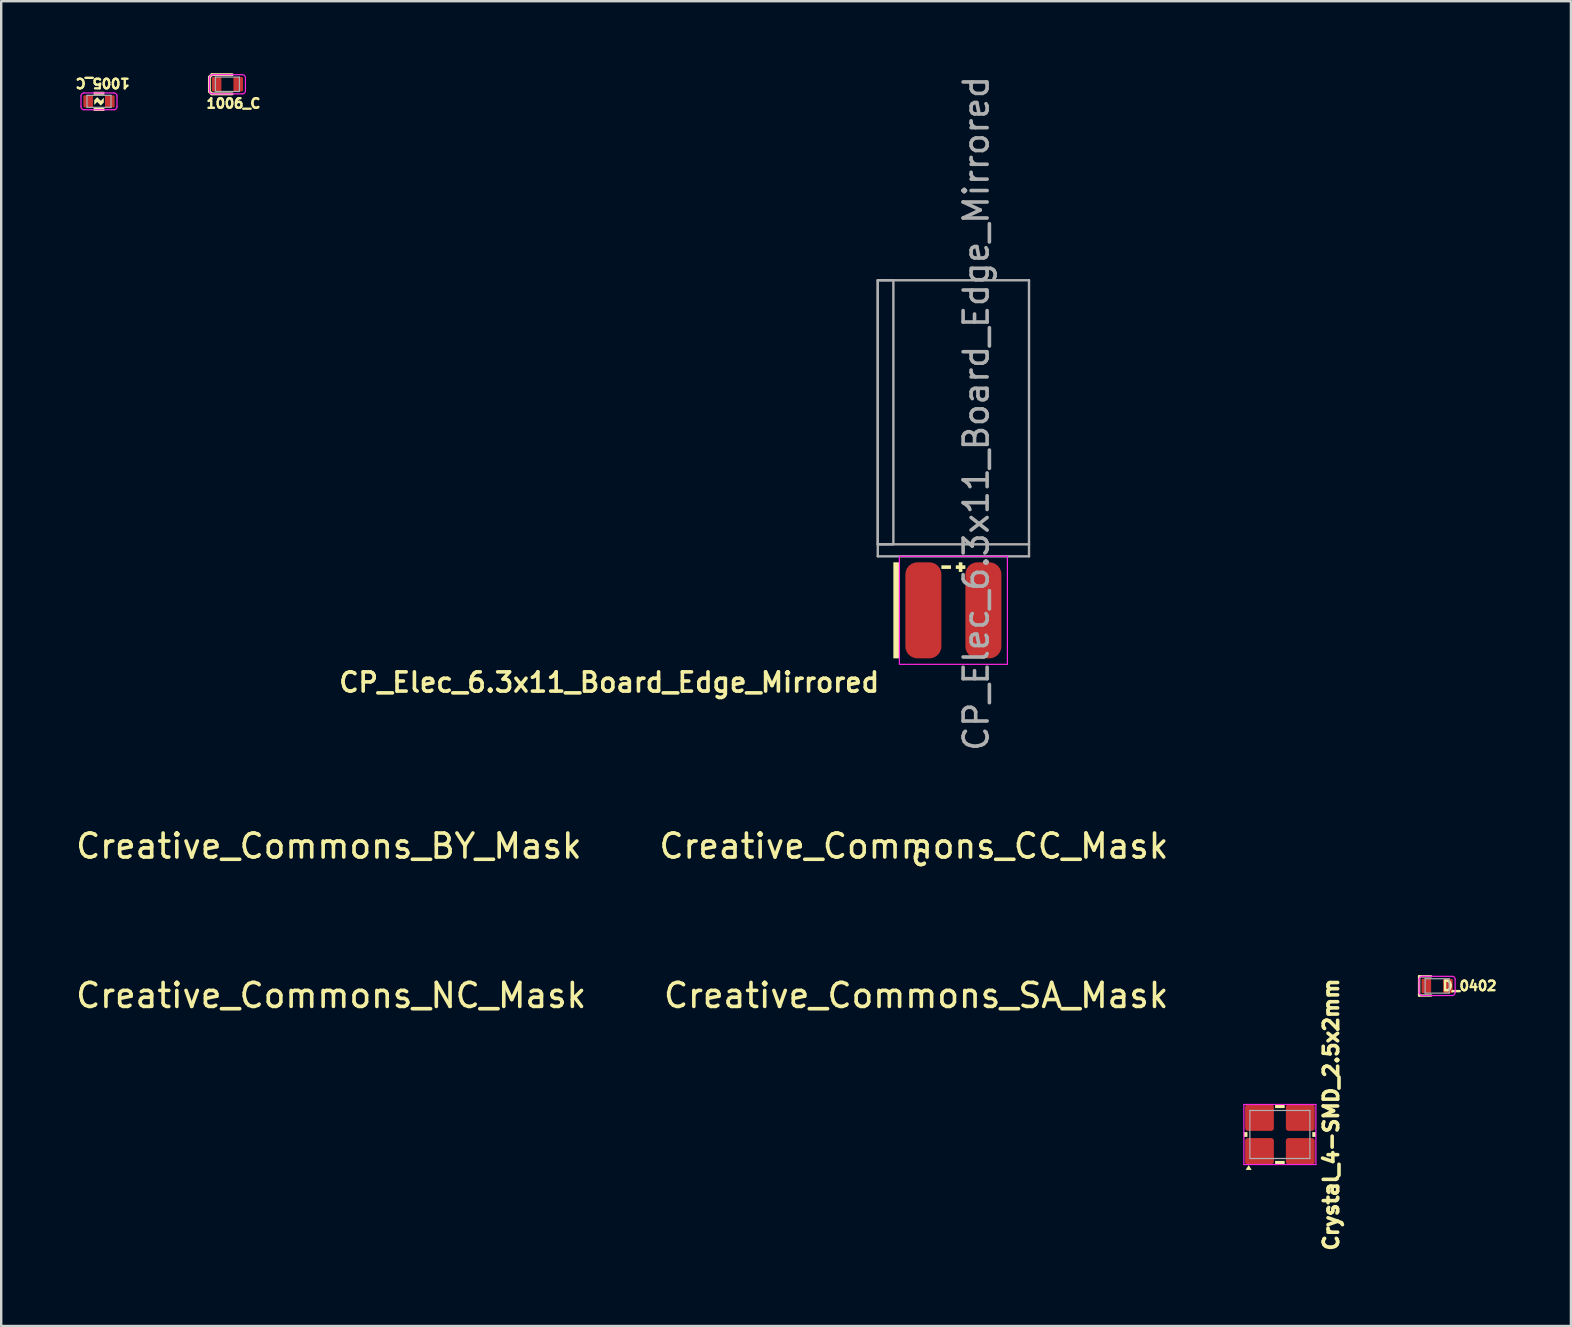
<source format=kicad_pcb>
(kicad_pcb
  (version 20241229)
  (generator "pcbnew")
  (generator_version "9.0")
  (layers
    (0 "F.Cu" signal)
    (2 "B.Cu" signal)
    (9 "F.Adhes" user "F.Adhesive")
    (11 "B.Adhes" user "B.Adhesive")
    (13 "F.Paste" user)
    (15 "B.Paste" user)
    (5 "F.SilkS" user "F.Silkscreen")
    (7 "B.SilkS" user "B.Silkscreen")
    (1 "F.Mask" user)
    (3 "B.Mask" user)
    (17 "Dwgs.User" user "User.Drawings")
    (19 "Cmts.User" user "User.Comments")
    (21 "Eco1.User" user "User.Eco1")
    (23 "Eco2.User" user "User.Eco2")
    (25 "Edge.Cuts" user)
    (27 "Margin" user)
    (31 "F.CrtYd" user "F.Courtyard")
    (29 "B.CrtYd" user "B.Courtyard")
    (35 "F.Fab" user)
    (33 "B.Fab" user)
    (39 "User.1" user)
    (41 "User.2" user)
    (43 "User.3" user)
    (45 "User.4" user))
  (footprint "Creative_Commons_SA_Mask"
    (layer "F.Cu")
    (at 35.113 39.967)
    (property "Reference" "Creative_Commons_SA_Mask" (at 0 -1.55 0) (unlocked yes) (layer "F.SilkS") (effects (font (size 1 1) (thickness 0.15))))
    (attr exclude_from_pos_files)
    (fp_line (start 0.35 -0.15) (end 0.35 0.15) (stroke (width 0.15) (type solid)) (layer "F.Mask"))
    (fp_arc (start -0.35 -0.15) (mid 0 -0.5) (end 0.35 -0.15) (stroke (width 0.15) (type solid)) (layer "F.Mask"))
    (fp_arc (start 0.35 0.15) (mid 0 0.5) (end -0.35 0.15) (stroke (width 0.15) (type solid)) (layer "F.Mask"))
    (fp_circle (center 0 0) (end 0.75 0) (stroke (width 0.15) (type solid)) (fill no) (layer "F.Mask"))
    (fp_poly (pts (xy -0.35 0.025) (xy -0.5 -0.2) (xy -0.2 -0.2)) (stroke (width 0) (type solid)) (fill yes) (layer "F.Mask"))
    (fp_poly (pts (xy -0.275 0.15) (xy -0.425 0.15) (xy -0.425 0.075) (xy -0.275 0.075)) (stroke (width 0) (type solid)) (fill yes) (layer "F.Mask")))
  (footprint "Creative_Commons_BY_Mask"
    (layer "F.Cu")
    (at 10.649 33.743)
    (property "Reference" "Creative_Commons_BY_Mask" (at 0 -1.55 0) (unlocked yes) (layer "F.SilkS") (effects (font (size 1 1) (thickness 0.15))))
    (attr exclude_from_pos_files)
    (fp_circle (center 0 -0.425) (end 0.025 -0.425) (stroke (width 0.15) (type solid)) (fill no) (layer "F.Mask"))
    (fp_circle (center 0 0) (end 0.75 0) (stroke (width 0.15) (type solid)) (fill no) (layer "F.Mask"))
    (fp_poly (pts (xy 0.2 -0.225) (xy 0.2 0.175) (xy 0.1 0.175) (xy 0.1 0.525) (xy -0.1 0.525) (xy -0.1 0.175) (xy -0.2 0.175) (xy -0.2 -0.225) (xy -0.15 -0.275) (xy 0.15 -0.275)) (stroke (width 0) (type solid)) (fill yes) (layer "F.Mask")))
  (footprint "Crystal_4-SMD_2.5x2mm"
    (layer "F.Cu")
    (at 50.263 44.207)
    (property "Reference" "Crystal_4-SMD_2.5x2mm" (at 2.136 -0.831 90) (layer "F.SilkS") (effects (font (size 0.6 0.6) (thickness 0.15))))
    (attr smd)
    (fp_poly (pts (xy -1.175 1.475) (xy -1.425 1.475) (xy -1.3 1.275)) (stroke (width 0) (type solid)) (fill yes) (layer "F.SilkS"))
    (fp_poly (pts (xy -1.35 0.1) (xy -1.5 0.1) (xy -1.5 -0.1) (xy -1.35 -0.1)) (stroke (width 0) (type solid)) (fill yes) (layer "F.SilkS"))
    (fp_poly (pts (xy 0.2 -1.1) (xy -0.2 -1.1) (xy -0.2 -1.25) (xy 0.2 -1.25)) (stroke (width 0) (type solid)) (fill yes) (layer "F.SilkS"))
    (fp_poly (pts (xy 0.2 1.25) (xy -0.2 1.25) (xy -0.2 1.1) (xy 0.2 1.1)) (stroke (width 0) (type solid)) (fill yes) (layer "F.SilkS"))
    (fp_poly (pts (xy 1.5 0.1) (xy 1.35 0.1) (xy 1.35 -0.1) (xy 1.5 -0.1)) (stroke (width 0) (type solid)) (fill yes) (layer "F.SilkS"))
    (fp_line (start -1.5 -1.25) (end -1.5 1.25) (stroke (width 0.05) (type solid)) (layer "F.CrtYd"))
    (fp_line (start -1.5 1.25) (end 1.5 1.25) (stroke (width 0.05) (type solid)) (layer "F.CrtYd"))
    (fp_line (start 1.5 -1.25) (end -1.5 -1.25) (stroke (width 0.05) (type solid)) (layer "F.CrtYd"))
    (fp_line (start 1.5 1.25) (end 1.5 -1.25) (stroke (width 0.05) (type solid)) (layer "F.CrtYd"))
    (fp_line (start -1.25 -1) (end -1.25 -1) (stroke (width 0.05) (type solid)) (layer "F.Fab"))
    (fp_line (start -1.25 -1) (end -1.25 1) (stroke (width 0.05) (type solid)) (layer "F.Fab"))
    (fp_line (start -1.25 1) (end 1.25 1) (stroke (width 0.05) (type solid)) (layer "F.Fab"))
    (fp_line (start 1.25 -1) (end -1.25 -1) (stroke (width 0.05) (type solid)) (layer "F.Fab"))
    (fp_line (start 1.25 1) (end 1.25 -1) (stroke (width 0.05) (type solid)) (layer "F.Fab"))
    (pad "" smd roundrect (at -0.85 -0.7 180) (size 1 1) (layers "F.Paste") (roundrect_rratio 0.33))
    (pad "" smd roundrect (at -0.85 0.7 180) (size 1 1) (layers "F.Paste") (roundrect_rratio 0.33))
    (pad "" smd roundrect (at 0.85 -0.7 180) (size 1 1) (layers "F.Paste") (roundrect_rratio 0.33))
    (pad "" smd roundrect (at 0.85 0.7 180) (size 1 1) (layers "F.Paste") (roundrect_rratio 0.33))
    (pad "1" smd roundrect (at -0.85 0.7 180) (size 1.2 1.1) (layers "F.Cu" "F.Mask") (roundrect_rratio 0.1))
    (pad "2" smd roundrect (at 0.85 0.7 180) (size 1.2 1.1) (layers "F.Cu" "F.Mask") (roundrect_rratio 0.1))
    (pad "3" smd roundrect (at 0.85 -0.7 180) (size 1.2 1.1) (layers "F.Cu" "F.Mask") (roundrect_rratio 0.1))
    (pad "4" smd roundrect (at -0.85 -0.7 180) (size 1.2 1.1) (layers "F.Cu" "F.Mask") (roundrect_rratio 0.1)))
  (footprint "CP_Elec_6.3x11_Board_Edge_Mirrored"
    (layer "F.Cu")
    (at 36.663 20.123)
    (property "Reference" "CP_Elec_6.3x11_Board_Edge_Mirrored" (at -3 5.25 0) (unlocked yes) (layer "F.SilkS") (effects (font (size 0.8 0.8) (thickness 0.15)) (justify right)))
    (attr smd exclude_from_pos_files exclude_from_bom)
    (fp_poly (pts (xy -2.25 4.25) (xy -2.5 4.25) (xy -2.5 0.25) (xy -2.25 0.25)) (stroke (width 0) (type solid)) (fill yes) (layer "F.SilkS"))
    (fp_poly (pts (xy -0.1 0.525) (xy -0.5 0.525) (xy -0.5 0.375) (xy -0.1 0.375)) (stroke (width 0) (type solid)) (fill yes) (layer "F.SilkS"))
    (fp_poly (pts (xy 0.375 0.375) (xy 0.5 0.375) (xy 0.5 0.525) (xy 0.375 0.525) (xy 0.375 0.65) (xy 0.225 0.65) (xy 0.225 0.525) (xy 0.1 0.525) (xy 0.1 0.375) (xy 0.225 0.375) (xy 0.225 0.25) (xy 0.375 0.25)) (stroke (width 0) (type solid)) (fill yes) (layer "F.SilkS"))
    (fp_rect (start 2.25 4.5) (end -2.25 0) (stroke (width 0.05) (type solid)) (fill no) (layer "F.CrtYd"))
    (fp_line (start -3.15 -11.5) (end 3.15 -11.5) (stroke (width 0.1) (type solid)) (layer "F.Fab"))
    (fp_line (start -3.15 0) (end -3.15 -11.5) (stroke (width 0.1) (type solid)) (layer "F.Fab"))
    (fp_line (start 3.15 -11.5) (end 3.15 0) (stroke (width 0.1) (type solid)) (layer "F.Fab"))
    (fp_line (start 3.15 -0.5) (end -3.15 -0.5) (stroke (width 0.1) (type solid)) (layer "F.Fab"))
    (fp_line (start 3.15 0) (end -3.15 0) (stroke (width 0.1) (type solid)) (layer "F.Fab"))
    (fp_poly (pts (xy -2.5 -0.5) (xy -3.15 -0.5) (xy -3.15 -11.5) (xy -2.5 -11.5)) (stroke (width 0.1) (type solid)) (fill no) (layer "F.Fab"))
    (fp_text user "${REFERENCE}" (at 0.95 -5.95 90) (unlocked yes) (layer "F.Fab") (effects (font (size 1 1) (thickness 0.15))))
    (pad "1" connect roundrect (at 1.25 2.25 180) (size 1.5 4) (layers "F.Cu" "F.Mask") (roundrect_rratio 0.333))
    (pad "2" connect roundrect (at -1.25 2.25 180) (size 1.5 4) (layers "F.Cu" "F.Mask") (roundrect_rratio 0.333)))
  (footprint "Creative_Commons_CC_Mask"
    (layer "F.Cu")
    (at 35.018 32.693)
    (property "Reference" "Creative_Commons_CC_Mask" (at 0 -0.5 0) (unlocked yes) (layer "F.SilkS") (effects (font (size 1 1) (thickness 0.15))))
    (attr exclude_from_pos_files)
    (fp_circle (center 0 0) (end 0.75 0) (stroke (width 0.15) (type solid)) (fill no) (layer "F.Mask"))
    (fp_text user "C" (at 0.25 0 180) (unlocked yes) (layer "F.Mask") (effects (font (size 0.6 0.6) (thickness 0.15))))
    (fp_text user "C" (at 0.25 0 0) (unlocked yes) (layer "F.SilkS") (effects (font (size 0.6 0.6) (thickness 0.15)))))
  (footprint "Creative_Commons_NC_Mask"
    (layer "F.Cu")
    (at 10.744 39.967)
    (property "Reference" "Creative_Commons_NC_Mask" (at 0 -1.55 0) (unlocked yes) (layer "F.SilkS") (effects (font (size 1 1) (thickness 0.15))))
    (attr exclude_from_pos_files)
    (fp_line (start -0.225 0.375) (end -0.075 0.425) (stroke (width 0.15) (type solid)) (layer "F.Mask"))
    (fp_line (start 0 0) (end -0.675 -0.3) (stroke (width 0.15) (type solid)) (layer "F.Mask"))
    (fp_line (start 0 0.5) (end 0 -0.5) (stroke (width 0.15) (type solid)) (layer "F.Mask"))
    (fp_line (start 0.225 -0.375) (end 0.075 -0.425) (stroke (width 0.15) (type solid)) (layer "F.Mask"))
    (fp_line (start 0.675 0.3) (end 0 0) (stroke (width 0.15) (type solid)) (layer "F.Mask"))
    (fp_arc (start -0.1 -0.05) (mid -0.195516 -0.323006) (end 0.075164 -0.424928) (stroke (width 0.15) (type solid)) (layer "F.Mask"))
    (fp_arc (start 0.1 0.05) (mid 0.195516 0.323006) (end -0.075164 0.424928) (stroke (width 0.15) (type solid)) (layer "F.Mask"))
    (fp_circle (center 0 0) (end 0.75 0) (stroke (width 0.15) (type solid)) (fill no) (layer "F.Mask")))
  (footprint "D_0402"
    (layer "F.Cu")
    (at 56.813 38.018)
    (property "Reference" "D_0402" (at 1.35 0 0) (layer "F.SilkS") (effects (font (size 0.4 0.4) (thickness 0.1))))
    (attr smd)
    (fp_line (start -0.75 -0.4) (end -0.25 -0.4) (stroke (width 0.1) (type default)) (layer "F.SilkS"))
    (fp_line (start -0.75 0.4) (end -0.75 -0.4) (stroke (width 0.1) (type default)) (layer "F.SilkS"))
    (fp_line (start -0.25 0.4) (end -0.75 0.4) (stroke (width 0.1) (type default)) (layer "F.SilkS"))
    (fp_line (start -0.75 -0.275) (end -0.75 0.275) (stroke (width 0.05) (type solid)) (layer "F.CrtYd"))
    (fp_line (start -0.625 0.4) (end 0.625 0.4) (stroke (width 0.05) (type solid)) (layer "F.CrtYd"))
    (fp_line (start 0.625 -0.4) (end -0.625 -0.4) (stroke (width 0.05) (type solid)) (layer "F.CrtYd"))
    (fp_line (start 0.75 0.275) (end 0.75 -0.275) (stroke (width 0.05) (type solid)) (layer "F.CrtYd"))
    (fp_arc (start -0.75 -0.275) (mid -0.713388 -0.363388) (end -0.625 -0.4) (stroke (width 0.05) (type solid)) (layer "F.CrtYd"))
    (fp_arc (start -0.625 0.4) (mid -0.713388 0.363388) (end -0.75 0.275) (stroke (width 0.05) (type solid)) (layer "F.CrtYd"))
    (fp_arc (start 0.625 -0.4) (mid 0.713388 -0.363388) (end 0.75 -0.275) (stroke (width 0.05) (type solid)) (layer "F.CrtYd"))
    (fp_arc (start 0.75 0.275) (mid 0.713388 0.363388) (end 0.625 0.4) (stroke (width 0.05) (type solid)) (layer "F.CrtYd"))
    (fp_line (start -0.5 -0.3) (end -0.5 0.3) (stroke (width 0.05) (type solid)) (layer "F.Fab"))
    (fp_line (start -0.5 0.3) (end 0.5 0.3) (stroke (width 0.05) (type solid)) (layer "F.Fab"))
    (fp_line (start 0.5 -0.3) (end -0.5 -0.3) (stroke (width 0.05) (type solid)) (layer "F.Fab"))
    (fp_line (start 0.5 0.3) (end 0.5 -0.3) (stroke (width 0.05) (type solid)) (layer "F.Fab"))
    (pad "1" smd roundrect (at -0.45 0 180) (size 0.4 0.6) (layers "F.Cu" "F.Mask" "F.Paste") (roundrect_rratio 0.125))
    (pad "2" smd roundrect (at 0.45 0 180) (size 0.4 0.6) (layers "F.Cu" "F.Mask" "F.Paste") (roundrect_rratio 0.125)))
  (footprint "1006_C"
    (layer "F.Cu")
    (at 6.423 0.46)
    (property "Reference" "1006_C" (at 0.25 0.8 180) (layer "F.SilkS") (effects (font (size 0.4 0.4) (thickness 0.1))))
    (attr smd)
    (fp_line (start -0.75 -0.3) (end -0.75 0.3) (stroke (width 0.12) (type solid)) (layer "F.SilkS"))
    (fp_line (start -0.75 0.3) (end -0.65 0.4) (stroke (width 0.12) (type solid)) (layer "F.SilkS"))
    (fp_line (start -0.65 -0.4) (end -0.75 -0.3) (stroke (width 0.12) (type solid)) (layer "F.SilkS"))
    (fp_line (start -0.65 0.4) (end 0.2 0.4) (stroke (width 0.12) (type solid)) (layer "F.SilkS"))
    (fp_line (start 0.2 -0.4) (end -0.65 -0.4) (stroke (width 0.12) (type solid)) (layer "F.SilkS"))
    (fp_line (start -0.75 0.275) (end -0.75 -0.275) (stroke (width 0.05) (type solid)) (layer "F.CrtYd"))
    (fp_line (start -0.625 -0.4) (end 0.625 -0.4) (stroke (width 0.05) (type solid)) (layer "F.CrtYd"))
    (fp_line (start 0.625 0.4) (end -0.625 0.4) (stroke (width 0.05) (type solid)) (layer "F.CrtYd"))
    (fp_line (start 0.75 -0.275) (end 0.75 0.275) (stroke (width 0.05) (type solid)) (layer "F.CrtYd"))
    (fp_arc (start -0.75 -0.275) (mid -0.713388 -0.363388) (end -0.625 -0.4) (stroke (width 0.05) (type solid)) (layer "F.CrtYd"))
    (fp_arc (start -0.625 0.4) (mid -0.713388 0.363388) (end -0.75 0.275) (stroke (width 0.05) (type solid)) (layer "F.CrtYd"))
    (fp_arc (start 0.625 -0.4) (mid 0.713388 -0.363388) (end 0.75 -0.275) (stroke (width 0.05) (type solid)) (layer "F.CrtYd"))
    (fp_arc (start 0.75 0.275) (mid 0.713388 0.363388) (end 0.625 0.4) (stroke (width 0.05) (type solid)) (layer "F.CrtYd"))
    (fp_line (start -0.5 -0.3) (end 0.5 -0.3) (stroke (width 0.05) (type solid)) (layer "F.Fab"))
    (fp_line (start -0.5 0.3) (end -0.5 -0.3) (stroke (width 0.05) (type solid)) (layer "F.Fab"))
    (fp_line (start 0.5 -0.3) (end 0.5 0.3) (stroke (width 0.05) (type solid)) (layer "F.Fab"))
    (fp_line (start 0.5 0.3) (end -0.5 0.3) (stroke (width 0.05) (type solid)) (layer "F.Fab"))
    (pad "1" smd roundrect (at -0.45 0) (size 0.4 0.6) (layers "F.Cu" "F.Mask" "F.Paste") (roundrect_rratio 0.125))
    (pad "2" smd roundrect (at 0.45 0) (size 0.4 0.6) (layers "F.Cu" "F.Mask" "F.Paste") (roundrect_rratio 0.125)))
  (footprint "1005_C"
    (layer "F.Cu")
    (at 1.074 1.172)
    (property "Reference" "1005_C" (at 0.15 -0.763 180) (unlocked yes) (layer "F.SilkS") (effects (font (size 0.4 0.4) (thickness 0.1))))
    (attr smd)
    (fp_poly (pts (xy 0.225 -0.275) (xy -0.225 -0.275) (xy -0.225 -0.4) (xy 0.225 -0.4)) (stroke (width 0) (type solid)) (fill yes) (layer "F.SilkS"))
    (fp_poly (pts (xy 0.225 0.4) (xy -0.225 0.4) (xy -0.225 0.275) (xy 0.225 0.275)) (stroke (width 0) (type solid)) (fill yes) (layer "F.SilkS"))
    (fp_poly (pts (xy 0.075 -0.025) (xy 0.2 -0.15) (xy 0.2 0.05) (xy 0.075 0.175) (xy -0.075 0.025) (xy -0.2 0.15) (xy -0.2 -0.05) (xy -0.075 -0.175)) (stroke (width 0) (type solid)) (fill yes) (layer "F.SilkS"))
    (fp_line (start -0.75 -0.225) (end -0.75 0.225) (stroke (width 0.05) (type solid)) (layer "F.CrtYd"))
    (fp_line (start -0.625 0.35) (end 0.625 0.35) (stroke (width 0.05) (type solid)) (layer "F.CrtYd"))
    (fp_line (start 0.625 -0.35) (end -0.625 -0.35) (stroke (width 0.05) (type solid)) (layer "F.CrtYd"))
    (fp_line (start 0.75 0.225) (end 0.75 -0.225) (stroke (width 0.05) (type solid)) (layer "F.CrtYd"))
    (fp_arc (start -0.75 -0.225) (mid -0.713388 -0.313388) (end -0.625 -0.35) (stroke (width 0.05) (type solid)) (layer "F.CrtYd"))
    (fp_arc (start -0.625 0.35) (mid -0.713388 0.313388) (end -0.75 0.225) (stroke (width 0.05) (type solid)) (layer "F.CrtYd"))
    (fp_arc (start 0.625 -0.35) (mid 0.713388 -0.313388) (end 0.75 -0.225) (stroke (width 0.05) (type solid)) (layer "F.CrtYd"))
    (fp_arc (start 0.75 0.225) (mid 0.713388 0.313388) (end 0.625 0.35) (stroke (width 0.05) (type solid)) (layer "F.CrtYd"))
    (fp_line (start -0.5 -0.25) (end -0.5 0.25) (stroke (width 0.05) (type solid)) (layer "F.Fab"))
    (fp_line (start -0.5 0.25) (end 0.5 0.25) (stroke (width 0.05) (type solid)) (layer "F.Fab"))
    (fp_line (start 0.5 -0.25) (end -0.5 -0.25) (stroke (width 0.05) (type solid)) (layer "F.Fab"))
    (fp_line (start 0.5 0.25) (end 0.5 -0.25) (stroke (width 0.05) (type solid)) (layer "F.Fab"))
    (pad "1" smd roundrect (at -0.45 0 180) (size 0.4 0.5) (layers "F.Cu" "F.Mask" "F.Paste") (roundrect_rratio 0.1))
    (pad "2" smd roundrect (at 0.45 0 180) (size 0.4 0.5) (layers "F.Cu" "F.Mask" "F.Paste") (roundrect_rratio 0.1)))
  (gr_rect
    (start -3 -3)
    (end 62.387 52.184)
    (stroke (width 0.1) (type default))
    (fill no)
    (layer "Edge.Cuts")))
</source>
